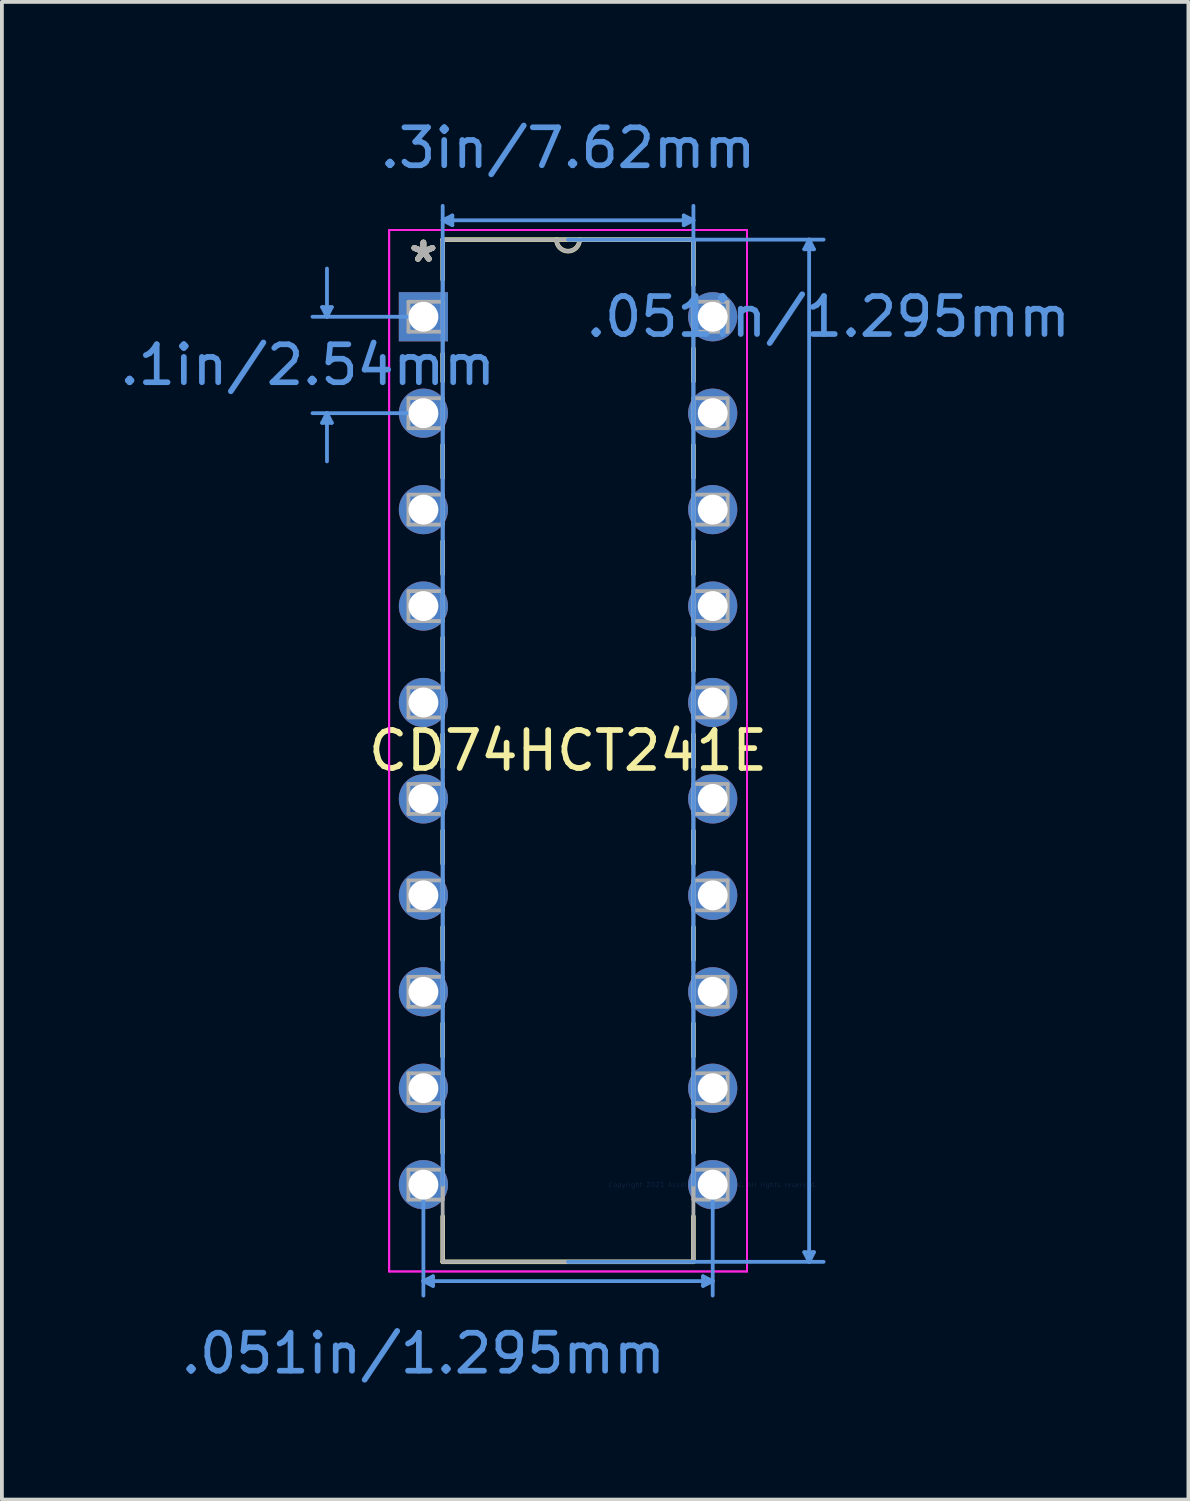
<source format=kicad_pcb>
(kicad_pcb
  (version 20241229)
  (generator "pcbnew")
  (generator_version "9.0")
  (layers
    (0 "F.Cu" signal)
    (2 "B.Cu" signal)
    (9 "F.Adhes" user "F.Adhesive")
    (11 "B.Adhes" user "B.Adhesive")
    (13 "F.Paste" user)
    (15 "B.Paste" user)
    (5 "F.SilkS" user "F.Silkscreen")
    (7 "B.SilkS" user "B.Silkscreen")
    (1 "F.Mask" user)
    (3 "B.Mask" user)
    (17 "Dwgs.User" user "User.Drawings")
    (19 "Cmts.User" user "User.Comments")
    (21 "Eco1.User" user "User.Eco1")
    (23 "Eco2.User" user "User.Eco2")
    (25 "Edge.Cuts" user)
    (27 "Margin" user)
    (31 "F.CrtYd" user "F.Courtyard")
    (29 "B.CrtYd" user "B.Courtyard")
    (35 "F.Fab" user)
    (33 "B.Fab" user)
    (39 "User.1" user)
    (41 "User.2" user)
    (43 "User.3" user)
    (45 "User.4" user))
  (footprint "CD74HCT241E"
    (layer "F.Cu")
    (at 15.722 28.153)
    (property "Reference" "CD74HCT241E" (at -3.81 -11.43 0) (layer "F.SilkS") (effects (font (size 1 1) (thickness 0.15))))
    (attr through_hole)
    (fp_line (start -7.112 -24.892) (end -7.112 -23.84) (stroke (width 0.12) (type solid)) (layer "F.SilkS"))
    (fp_line (start -7.112 -21.88) (end -7.112 -21.159) (stroke (width 0.12) (type solid)) (layer "F.SilkS"))
    (fp_line (start -7.112 -19.481) (end -7.112 -18.619) (stroke (width 0.12) (type solid)) (layer "F.SilkS"))
    (fp_line (start -7.112 -16.941) (end -7.112 -16.079) (stroke (width 0.12) (type solid)) (layer "F.SilkS"))
    (fp_line (start -7.112 -14.401) (end -7.112 -13.539) (stroke (width 0.12) (type solid)) (layer "F.SilkS"))
    (fp_line (start -7.112 -11.861) (end -7.112 -10.999) (stroke (width 0.12) (type solid)) (layer "F.SilkS"))
    (fp_line (start -7.112 -9.321) (end -7.112 -8.459) (stroke (width 0.12) (type solid)) (layer "F.SilkS"))
    (fp_line (start -7.112 -6.781) (end -7.112 -5.919) (stroke (width 0.12) (type solid)) (layer "F.SilkS"))
    (fp_line (start -7.112 -4.241) (end -7.112 -3.379) (stroke (width 0.12) (type solid)) (layer "F.SilkS"))
    (fp_line (start -7.112 -1.701) (end -7.112 -0.839) (stroke (width 0.12) (type solid)) (layer "F.SilkS"))
    (fp_line (start -7.112 0.839) (end -7.112 2.032) (stroke (width 0.12) (type solid)) (layer "F.SilkS"))
    (fp_line (start -7.112 2.032) (end -0.508 2.032) (stroke (width 0.12) (type solid)) (layer "F.SilkS"))
    (fp_line (start -0.508 -24.892) (end -7.112 -24.892) (stroke (width 0.12) (type solid)) (layer "F.SilkS"))
    (fp_line (start -0.508 -23.699) (end -0.508 -24.892) (stroke (width 0.12) (type solid)) (layer "F.SilkS"))
    (fp_line (start -0.508 -21.159) (end -0.508 -22.021) (stroke (width 0.12) (type solid)) (layer "F.SilkS"))
    (fp_line (start -0.508 -18.619) (end -0.508 -19.481) (stroke (width 0.12) (type solid)) (layer "F.SilkS"))
    (fp_line (start -0.508 -16.079) (end -0.508 -16.941) (stroke (width 0.12) (type solid)) (layer "F.SilkS"))
    (fp_line (start -0.508 -13.539) (end -0.508 -14.401) (stroke (width 0.12) (type solid)) (layer "F.SilkS"))
    (fp_line (start -0.508 -10.999) (end -0.508 -11.861) (stroke (width 0.12) (type solid)) (layer "F.SilkS"))
    (fp_line (start -0.508 -8.459) (end -0.508 -9.321) (stroke (width 0.12) (type solid)) (layer "F.SilkS"))
    (fp_line (start -0.508 -5.919) (end -0.508 -6.781) (stroke (width 0.12) (type solid)) (layer "F.SilkS"))
    (fp_line (start -0.508 -3.379) (end -0.508 -4.241) (stroke (width 0.12) (type solid)) (layer "F.SilkS"))
    (fp_line (start -0.508 -0.839) (end -0.508 -1.701) (stroke (width 0.12) (type solid)) (layer "F.SilkS"))
    (fp_line (start -0.508 2.032) (end -0.508 0.839) (stroke (width 0.12) (type solid)) (layer "F.SilkS"))
    (fp_arc (start -3.5052 -24.892) (mid -3.81 -24.5872) (end -4.1148 -24.892) (stroke (width 0.12) (type solid)) (layer "F.SilkS"))
    (fp_line (start -10.287 -23.114) (end -10.033 -23.114) (stroke (width 0.1) (type solid)) (layer "Cmts.User"))
    (fp_line (start -10.287 -20.066) (end -10.033 -20.066) (stroke (width 0.1) (type solid)) (layer "Cmts.User"))
    (fp_line (start -10.16 -22.86) (end -10.287 -23.114) (stroke (width 0.1) (type solid)) (layer "Cmts.User"))
    (fp_line (start -10.16 -22.86) (end -10.16 -24.13) (stroke (width 0.1) (type solid)) (layer "Cmts.User"))
    (fp_line (start -10.16 -22.86) (end -10.033 -23.114) (stroke (width 0.1) (type solid)) (layer "Cmts.User"))
    (fp_line (start -10.16 -20.32) (end -10.287 -20.066) (stroke (width 0.1) (type solid)) (layer "Cmts.User"))
    (fp_line (start -10.16 -20.32) (end -10.16 -19.05) (stroke (width 0.1) (type solid)) (layer "Cmts.User"))
    (fp_line (start -10.16 -20.32) (end -10.033 -20.066) (stroke (width 0.1) (type solid)) (layer "Cmts.User"))
    (fp_line (start -7.62 -22.86) (end -10.541 -22.86) (stroke (width 0.1) (type solid)) (layer "Cmts.User"))
    (fp_line (start -7.62 -20.32) (end -10.541 -20.32) (stroke (width 0.1) (type solid)) (layer "Cmts.User"))
    (fp_line (start -7.62 0) (end -7.62 2.921) (stroke (width 0.1) (type solid)) (layer "Cmts.User"))
    (fp_line (start -7.62 2.54) (end -7.366 2.413) (stroke (width 0.1) (type solid)) (layer "Cmts.User"))
    (fp_line (start -7.62 2.54) (end -7.366 2.667) (stroke (width 0.1) (type solid)) (layer "Cmts.User"))
    (fp_line (start -7.62 2.54) (end 0 2.54) (stroke (width 0.1) (type solid)) (layer "Cmts.User"))
    (fp_line (start -7.366 2.413) (end -7.366 2.667) (stroke (width 0.1) (type solid)) (layer "Cmts.User"))
    (fp_line (start -7.112 -25.4) (end -6.858 -25.527) (stroke (width 0.1) (type solid)) (layer "Cmts.User"))
    (fp_line (start -7.112 -25.4) (end -6.858 -25.273) (stroke (width 0.1) (type solid)) (layer "Cmts.User"))
    (fp_line (start -7.112 -25.4) (end -0.508 -25.4) (stroke (width 0.1) (type solid)) (layer "Cmts.User"))
    (fp_line (start -7.112 0) (end -7.112 -25.781) (stroke (width 0.1) (type solid)) (layer "Cmts.User"))
    (fp_line (start -6.858 -25.527) (end -6.858 -25.273) (stroke (width 0.1) (type solid)) (layer "Cmts.User"))
    (fp_line (start -3.81 -24.892) (end 2.921 -24.892) (stroke (width 0.1) (type solid)) (layer "Cmts.User"))
    (fp_line (start -3.81 2.032) (end 2.921 2.032) (stroke (width 0.1) (type solid)) (layer "Cmts.User"))
    (fp_line (start -0.762 -25.527) (end -0.762 -25.273) (stroke (width 0.1) (type solid)) (layer "Cmts.User"))
    (fp_line (start -0.508 -25.4) (end -0.762 -25.527) (stroke (width 0.1) (type solid)) (layer "Cmts.User"))
    (fp_line (start -0.508 -25.4) (end -0.762 -25.273) (stroke (width 0.1) (type solid)) (layer "Cmts.User"))
    (fp_line (start -0.508 0) (end -0.508 -25.781) (stroke (width 0.1) (type solid)) (layer "Cmts.User"))
    (fp_line (start -0.254 2.413) (end -0.254 2.667) (stroke (width 0.1) (type solid)) (layer "Cmts.User"))
    (fp_line (start 0 0) (end 0 2.921) (stroke (width 0.1) (type solid)) (layer "Cmts.User"))
    (fp_line (start 0 2.54) (end -0.254 2.413) (stroke (width 0.1) (type solid)) (layer "Cmts.User"))
    (fp_line (start 0 2.54) (end -0.254 2.667) (stroke (width 0.1) (type solid)) (layer "Cmts.User"))
    (fp_line (start 2.413 -24.638) (end 2.667 -24.638) (stroke (width 0.1) (type solid)) (layer "Cmts.User"))
    (fp_line (start 2.413 1.778) (end 2.667 1.778) (stroke (width 0.1) (type solid)) (layer "Cmts.User"))
    (fp_line (start 2.54 -24.892) (end 2.413 -24.638) (stroke (width 0.1) (type solid)) (layer "Cmts.User"))
    (fp_line (start 2.54 -24.892) (end 2.54 2.032) (stroke (width 0.1) (type solid)) (layer "Cmts.User"))
    (fp_line (start 2.54 -24.892) (end 2.667 -24.638) (stroke (width 0.1) (type solid)) (layer "Cmts.User"))
    (fp_line (start 2.54 2.032) (end 2.413 1.778) (stroke (width 0.1) (type solid)) (layer "Cmts.User"))
    (fp_line (start 2.54 2.032) (end 2.667 1.778) (stroke (width 0.1) (type solid)) (layer "Cmts.User"))
    (fp_line (start -8.522 -25.146) (end -8.522 2.286) (stroke (width 0.05) (type solid)) (layer "F.CrtYd"))
    (fp_line (start -8.522 -25.146) (end 0.902 -25.146) (stroke (width 0.05) (type solid)) (layer "F.CrtYd"))
    (fp_line (start -8.522 2.286) (end -8.522 -25.146) (stroke (width 0.05) (type solid)) (layer "F.CrtYd"))
    (fp_line (start -8.522 2.286) (end 0.902 2.286) (stroke (width 0.05) (type solid)) (layer "F.CrtYd"))
    (fp_line (start 0.902 -25.146) (end -8.522 -25.146) (stroke (width 0.05) (type solid)) (layer "F.CrtYd"))
    (fp_line (start 0.902 -25.146) (end 0.902 2.286) (stroke (width 0.05) (type solid)) (layer "F.CrtYd"))
    (fp_line (start 0.902 2.286) (end -8.522 2.286) (stroke (width 0.05) (type solid)) (layer "F.CrtYd"))
    (fp_line (start 0.902 2.286) (end 0.902 -25.146) (stroke (width 0.05) (type solid)) (layer "F.CrtYd"))
    (fp_line (start -8.014 -23.254) (end -8.014 -22.466) (stroke (width 0.1) (type solid)) (layer "F.Fab"))
    (fp_line (start -8.014 -22.466) (end -7.112 -22.466) (stroke (width 0.1) (type solid)) (layer "F.Fab"))
    (fp_line (start -8.014 -20.714) (end -8.014 -19.926) (stroke (width 0.1) (type solid)) (layer "F.Fab"))
    (fp_line (start -8.014 -19.926) (end -7.112 -19.926) (stroke (width 0.1) (type solid)) (layer "F.Fab"))
    (fp_line (start -8.014 -18.174) (end -8.014 -17.386) (stroke (width 0.1) (type solid)) (layer "F.Fab"))
    (fp_line (start -8.014 -17.386) (end -7.112 -17.386) (stroke (width 0.1) (type solid)) (layer "F.Fab"))
    (fp_line (start -8.014 -15.634) (end -8.014 -14.846) (stroke (width 0.1) (type solid)) (layer "F.Fab"))
    (fp_line (start -8.014 -14.846) (end -7.112 -14.846) (stroke (width 0.1) (type solid)) (layer "F.Fab"))
    (fp_line (start -8.014 -13.094) (end -8.014 -12.306) (stroke (width 0.1) (type solid)) (layer "F.Fab"))
    (fp_line (start -8.014 -12.306) (end -7.112 -12.306) (stroke (width 0.1) (type solid)) (layer "F.Fab"))
    (fp_line (start -8.014 -10.554) (end -8.014 -9.766) (stroke (width 0.1) (type solid)) (layer "F.Fab"))
    (fp_line (start -8.014 -9.766) (end -7.112 -9.766) (stroke (width 0.1) (type solid)) (layer "F.Fab"))
    (fp_line (start -8.014 -8.014) (end -8.014 -7.226) (stroke (width 0.1) (type solid)) (layer "F.Fab"))
    (fp_line (start -8.014 -7.226) (end -7.112 -7.226) (stroke (width 0.1) (type solid)) (layer "F.Fab"))
    (fp_line (start -8.014 -5.474) (end -8.014 -4.686) (stroke (width 0.1) (type solid)) (layer "F.Fab"))
    (fp_line (start -8.014 -4.686) (end -7.112 -4.686) (stroke (width 0.1) (type solid)) (layer "F.Fab"))
    (fp_line (start -8.014 -2.934) (end -8.014 -2.146) (stroke (width 0.1) (type solid)) (layer "F.Fab"))
    (fp_line (start -8.014 -2.146) (end -7.112 -2.146) (stroke (width 0.1) (type solid)) (layer "F.Fab"))
    (fp_line (start -8.014 -0.394) (end -8.014 0.394) (stroke (width 0.1) (type solid)) (layer "F.Fab"))
    (fp_line (start -8.014 0.394) (end -7.112 0.394) (stroke (width 0.1) (type solid)) (layer "F.Fab"))
    (fp_line (start -7.112 -24.892) (end -7.112 2.032) (stroke (width 0.1) (type solid)) (layer "F.Fab"))
    (fp_line (start -7.112 -23.254) (end -8.014 -23.254) (stroke (width 0.1) (type solid)) (layer "F.Fab"))
    (fp_line (start -7.112 -22.466) (end -7.112 -23.254) (stroke (width 0.1) (type solid)) (layer "F.Fab"))
    (fp_line (start -7.112 -20.714) (end -8.014 -20.714) (stroke (width 0.1) (type solid)) (layer "F.Fab"))
    (fp_line (start -7.112 -19.926) (end -7.112 -20.714) (stroke (width 0.1) (type solid)) (layer "F.Fab"))
    (fp_line (start -7.112 -18.174) (end -8.014 -18.174) (stroke (width 0.1) (type solid)) (layer "F.Fab"))
    (fp_line (start -7.112 -17.386) (end -7.112 -18.174) (stroke (width 0.1) (type solid)) (layer "F.Fab"))
    (fp_line (start -7.112 -15.634) (end -8.014 -15.634) (stroke (width 0.1) (type solid)) (layer "F.Fab"))
    (fp_line (start -7.112 -14.846) (end -7.112 -15.634) (stroke (width 0.1) (type solid)) (layer "F.Fab"))
    (fp_line (start -7.112 -13.094) (end -8.014 -13.094) (stroke (width 0.1) (type solid)) (layer "F.Fab"))
    (fp_line (start -7.112 -12.306) (end -7.112 -13.094) (stroke (width 0.1) (type solid)) (layer "F.Fab"))
    (fp_line (start -7.112 -10.554) (end -8.014 -10.554) (stroke (width 0.1) (type solid)) (layer "F.Fab"))
    (fp_line (start -7.112 -9.766) (end -7.112 -10.554) (stroke (width 0.1) (type solid)) (layer "F.Fab"))
    (fp_line (start -7.112 -8.014) (end -8.014 -8.014) (stroke (width 0.1) (type solid)) (layer "F.Fab"))
    (fp_line (start -7.112 -7.226) (end -7.112 -8.014) (stroke (width 0.1) (type solid)) (layer "F.Fab"))
    (fp_line (start -7.112 -5.474) (end -8.014 -5.474) (stroke (width 0.1) (type solid)) (layer "F.Fab"))
    (fp_line (start -7.112 -4.686) (end -7.112 -5.474) (stroke (width 0.1) (type solid)) (layer "F.Fab"))
    (fp_line (start -7.112 -2.934) (end -8.014 -2.934) (stroke (width 0.1) (type solid)) (layer "F.Fab"))
    (fp_line (start -7.112 -2.146) (end -7.112 -2.934) (stroke (width 0.1) (type solid)) (layer "F.Fab"))
    (fp_line (start -7.112 -0.394) (end -8.014 -0.394) (stroke (width 0.1) (type solid)) (layer "F.Fab"))
    (fp_line (start -7.112 0.394) (end -7.112 -0.394) (stroke (width 0.1) (type solid)) (layer "F.Fab"))
    (fp_line (start -7.112 2.032) (end -0.508 2.032) (stroke (width 0.1) (type solid)) (layer "F.Fab"))
    (fp_line (start -0.508 -24.892) (end -7.112 -24.892) (stroke (width 0.1) (type solid)) (layer "F.Fab"))
    (fp_line (start -0.508 -23.254) (end -0.508 -22.466) (stroke (width 0.1) (type solid)) (layer "F.Fab"))
    (fp_line (start -0.508 -22.466) (end 0.394 -22.466) (stroke (width 0.1) (type solid)) (layer "F.Fab"))
    (fp_line (start -0.508 -20.714) (end -0.508 -19.926) (stroke (width 0.1) (type solid)) (layer "F.Fab"))
    (fp_line (start -0.508 -19.926) (end 0.394 -19.926) (stroke (width 0.1) (type solid)) (layer "F.Fab"))
    (fp_line (start -0.508 -18.174) (end -0.508 -17.386) (stroke (width 0.1) (type solid)) (layer "F.Fab"))
    (fp_line (start -0.508 -17.386) (end 0.394 -17.386) (stroke (width 0.1) (type solid)) (layer "F.Fab"))
    (fp_line (start -0.508 -15.634) (end -0.508 -14.846) (stroke (width 0.1) (type solid)) (layer "F.Fab"))
    (fp_line (start -0.508 -14.846) (end 0.394 -14.846) (stroke (width 0.1) (type solid)) (layer "F.Fab"))
    (fp_line (start -0.508 -13.094) (end -0.508 -12.306) (stroke (width 0.1) (type solid)) (layer "F.Fab"))
    (fp_line (start -0.508 -12.306) (end 0.394 -12.306) (stroke (width 0.1) (type solid)) (layer "F.Fab"))
    (fp_line (start -0.508 -10.554) (end -0.508 -9.766) (stroke (width 0.1) (type solid)) (layer "F.Fab"))
    (fp_line (start -0.508 -9.766) (end 0.394 -9.766) (stroke (width 0.1) (type solid)) (layer "F.Fab"))
    (fp_line (start -0.508 -8.014) (end -0.508 -7.226) (stroke (width 0.1) (type solid)) (layer "F.Fab"))
    (fp_line (start -0.508 -7.226) (end 0.394 -7.226) (stroke (width 0.1) (type solid)) (layer "F.Fab"))
    (fp_line (start -0.508 -5.474) (end -0.508 -4.686) (stroke (width 0.1) (type solid)) (layer "F.Fab"))
    (fp_line (start -0.508 -4.686) (end 0.394 -4.686) (stroke (width 0.1) (type solid)) (layer "F.Fab"))
    (fp_line (start -0.508 -2.934) (end -0.508 -2.146) (stroke (width 0.1) (type solid)) (layer "F.Fab"))
    (fp_line (start -0.508 -2.146) (end 0.394 -2.146) (stroke (width 0.1) (type solid)) (layer "F.Fab"))
    (fp_line (start -0.508 -0.394) (end -0.508 0.394) (stroke (width 0.1) (type solid)) (layer "F.Fab"))
    (fp_line (start -0.508 0.394) (end 0.394 0.394) (stroke (width 0.1) (type solid)) (layer "F.Fab"))
    (fp_line (start -0.508 2.032) (end -0.508 -24.892) (stroke (width 0.1) (type solid)) (layer "F.Fab"))
    (fp_line (start 0.394 -23.254) (end -0.508 -23.254) (stroke (width 0.1) (type solid)) (layer "F.Fab"))
    (fp_line (start 0.394 -22.466) (end 0.394 -23.254) (stroke (width 0.1) (type solid)) (layer "F.Fab"))
    (fp_line (start 0.394 -20.714) (end -0.508 -20.714) (stroke (width 0.1) (type solid)) (layer "F.Fab"))
    (fp_line (start 0.394 -19.926) (end 0.394 -20.714) (stroke (width 0.1) (type solid)) (layer "F.Fab"))
    (fp_line (start 0.394 -18.174) (end -0.508 -18.174) (stroke (width 0.1) (type solid)) (layer "F.Fab"))
    (fp_line (start 0.394 -17.386) (end 0.394 -18.174) (stroke (width 0.1) (type solid)) (layer "F.Fab"))
    (fp_line (start 0.394 -15.634) (end -0.508 -15.634) (stroke (width 0.1) (type solid)) (layer "F.Fab"))
    (fp_line (start 0.394 -14.846) (end 0.394 -15.634) (stroke (width 0.1) (type solid)) (layer "F.Fab"))
    (fp_line (start 0.394 -13.094) (end -0.508 -13.094) (stroke (width 0.1) (type solid)) (layer "F.Fab"))
    (fp_line (start 0.394 -12.306) (end 0.394 -13.094) (stroke (width 0.1) (type solid)) (layer "F.Fab"))
    (fp_line (start 0.394 -10.554) (end -0.508 -10.554) (stroke (width 0.1) (type solid)) (layer "F.Fab"))
    (fp_line (start 0.394 -9.766) (end 0.394 -10.554) (stroke (width 0.1) (type solid)) (layer "F.Fab"))
    (fp_line (start 0.394 -8.014) (end -0.508 -8.014) (stroke (width 0.1) (type solid)) (layer "F.Fab"))
    (fp_line (start 0.394 -7.226) (end 0.394 -8.014) (stroke (width 0.1) (type solid)) (layer "F.Fab"))
    (fp_line (start 0.394 -5.474) (end -0.508 -5.474) (stroke (width 0.1) (type solid)) (layer "F.Fab"))
    (fp_line (start 0.394 -4.686) (end 0.394 -5.474) (stroke (width 0.1) (type solid)) (layer "F.Fab"))
    (fp_line (start 0.394 -2.934) (end -0.508 -2.934) (stroke (width 0.1) (type solid)) (layer "F.Fab"))
    (fp_line (start 0.394 -2.146) (end 0.394 -2.934) (stroke (width 0.1) (type solid)) (layer "F.Fab"))
    (fp_line (start 0.394 -0.394) (end -0.508 -0.394) (stroke (width 0.1) (type solid)) (layer "F.Fab"))
    (fp_line (start 0.394 0.394) (end 0.394 -0.394) (stroke (width 0.1) (type solid)) (layer "F.Fab"))
    (fp_arc (start -3.5052 -24.892) (mid -3.81 -24.5872) (end -4.1148 -24.892) (stroke (width 0.1) (type solid)) (layer "F.Fab"))
    (fp_text user "*" (at -7.62 -24.27 0) (layer "F.SilkS") (effects (font (size 1 1) (thickness 0.15))))
    (fp_text user "*" (at -7.62 -24.27 0) (layer "F.SilkS") (effects (font (size 1 1) (thickness 0.15))))
    (fp_text user ".1in/2.54mm" (at -10.668 -21.59 0) (layer "Cmts.User") (effects (font (size 1 1) (thickness 0.15))))
    (fp_text user ".051in/1.295mm" (at -7.62 4.445 0) (layer "Cmts.User") (effects (font (size 1 1) (thickness 0.15))))
    (fp_text user "Copyright 2021 Accelerated Designs. All rights reserved." (at 0 0 0) (layer "Cmts.User") (effects (font (size 0.127 0.127) (thickness 0.002))))
    (fp_text user ".3in/7.62mm" (at -3.81 -27.305 0) (layer "Cmts.User") (effects (font (size 1 1) (thickness 0.15))))
    (fp_text user ".051in/1.295mm" (at 3.048 -22.86 0) (layer "Cmts.User") (effects (font (size 1 1) (thickness 0.15))))
    (fp_text user "*" (at -7.62 -24.27 0) (layer "F.Fab") (effects (font (size 1 1) (thickness 0.15))))
    (fp_text user "*" (at -7.62 -24.27 0) (layer "F.Fab") (effects (font (size 1 1) (thickness 0.15))))
    (pad "1" thru_hole rect (at -7.62 -22.86) (size 1.295 1.295) (drill 0.787) (layers "*.Cu" "*.Mask"))
    (pad "2" thru_hole circle (at -7.62 -20.32) (size 1.295 1.295) (drill 0.787) (layers "*.Cu" "*.Mask"))
    (pad "3" thru_hole circle (at -7.62 -17.78) (size 1.295 1.295) (drill 0.787) (layers "*.Cu" "*.Mask"))
    (pad "4" thru_hole circle (at -7.62 -15.24) (size 1.295 1.295) (drill 0.787) (layers "*.Cu" "*.Mask"))
    (pad "5" thru_hole circle (at -7.62 -12.7) (size 1.295 1.295) (drill 0.787) (layers "*.Cu" "*.Mask"))
    (pad "6" thru_hole circle (at -7.62 -10.16) (size 1.295 1.295) (drill 0.787) (layers "*.Cu" "*.Mask"))
    (pad "7" thru_hole circle (at -7.62 -7.62) (size 1.295 1.295) (drill 0.787) (layers "*.Cu" "*.Mask"))
    (pad "8" thru_hole circle (at -7.62 -5.08) (size 1.295 1.295) (drill 0.787) (layers "*.Cu" "*.Mask"))
    (pad "9" thru_hole circle (at -7.62 -2.54) (size 1.295 1.295) (drill 0.787) (layers "*.Cu" "*.Mask"))
    (pad "10" thru_hole circle (at -7.62 0) (size 1.295 1.295) (drill 0.787) (layers "*.Cu" "*.Mask"))
    (pad "11" thru_hole circle (at 0 0) (size 1.295 1.295) (drill 0.787) (layers "*.Cu" "*.Mask"))
    (pad "12" thru_hole circle (at 0 -2.54) (size 1.295 1.295) (drill 0.787) (layers "*.Cu" "*.Mask"))
    (pad "13" thru_hole circle (at 0 -5.08) (size 1.295 1.295) (drill 0.787) (layers "*.Cu" "*.Mask"))
    (pad "14" thru_hole circle (at 0 -7.62) (size 1.295 1.295) (drill 0.787) (layers "*.Cu" "*.Mask"))
    (pad "15" thru_hole circle (at 0 -10.16) (size 1.295 1.295) (drill 0.787) (layers "*.Cu" "*.Mask"))
    (pad "16" thru_hole circle (at 0 -12.7) (size 1.295 1.295) (drill 0.787) (layers "*.Cu" "*.Mask"))
    (pad "17" thru_hole circle (at 0 -15.24) (size 1.295 1.295) (drill 0.787) (layers "*.Cu" "*.Mask"))
    (pad "18" thru_hole circle (at 0 -17.78) (size 1.295 1.295) (drill 0.787) (layers "*.Cu" "*.Mask"))
    (pad "19" thru_hole circle (at 0 -20.32) (size 1.295 1.295) (drill 0.787) (layers "*.Cu" "*.Mask"))
    (pad "20" thru_hole circle (at 0 -22.86) (size 1.295 1.295) (drill 0.787) (layers "*.Cu" "*.Mask")))
  (gr_rect
    (start -3 -3)
    (end 28.252 36.447)
    (stroke (width 0.1) (type default))
    (fill no)
    (layer "Edge.Cuts")))
</source>
